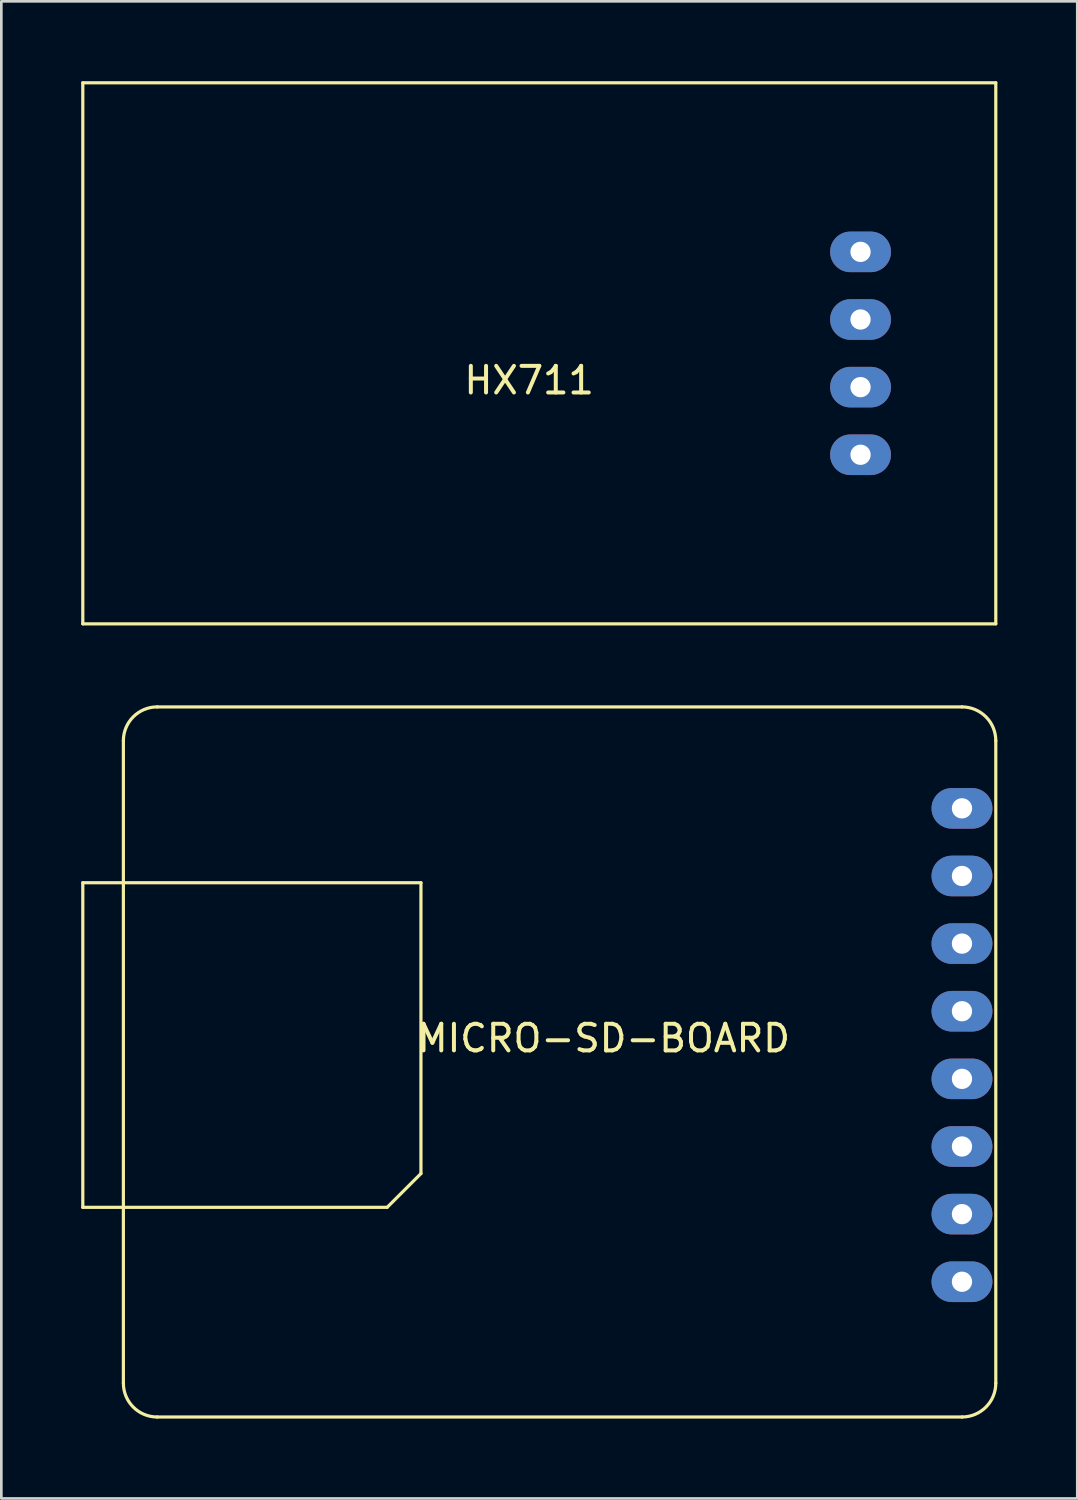
<source format=kicad_pcb>
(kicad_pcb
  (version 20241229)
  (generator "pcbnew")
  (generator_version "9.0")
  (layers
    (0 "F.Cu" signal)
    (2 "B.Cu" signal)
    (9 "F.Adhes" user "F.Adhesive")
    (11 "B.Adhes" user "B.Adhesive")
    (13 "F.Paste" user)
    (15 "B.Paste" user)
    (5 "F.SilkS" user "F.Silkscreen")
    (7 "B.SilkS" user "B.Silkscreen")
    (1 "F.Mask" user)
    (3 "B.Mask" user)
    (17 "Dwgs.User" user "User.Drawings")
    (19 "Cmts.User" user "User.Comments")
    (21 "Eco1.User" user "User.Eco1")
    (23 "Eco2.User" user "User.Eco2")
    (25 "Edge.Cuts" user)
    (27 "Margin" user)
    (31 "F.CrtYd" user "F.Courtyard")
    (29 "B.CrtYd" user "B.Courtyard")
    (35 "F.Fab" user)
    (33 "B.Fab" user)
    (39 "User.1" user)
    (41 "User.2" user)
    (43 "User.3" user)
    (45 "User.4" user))
  (footprint "MICRO-SD-BOARD"
    (layer "F.Cu")
    (at 17.84 34.93)
    (property "Reference" "MICRO-SD-BOARD" (at 1.778 1.016 0) (layer "F.SilkS") (effects (font (size 1 1) (thickness 0.15))))
    (attr through_hole)
    (fp_line (start -17.78 -4.826) (end -17.78 7.366) (stroke (width 0.12) (type solid)) (layer "F.SilkS"))
    (fp_line (start -17.78 7.366) (end -6.35 7.366) (stroke (width 0.12) (type solid)) (layer "F.SilkS"))
    (fp_line (start -16.256 13.97) (end -16.256 -10.16) (stroke (width 0.12) (type solid)) (layer "F.SilkS"))
    (fp_line (start -14.986 -11.43) (end 15.24 -11.43) (stroke (width 0.12) (type solid)) (layer "F.SilkS"))
    (fp_line (start -5.08 -4.826) (end -17.78 -4.826) (stroke (width 0.12) (type solid)) (layer "F.SilkS"))
    (fp_line (start -5.08 6.096) (end -6.35 7.366) (stroke (width 0.12) (type solid)) (layer "F.SilkS"))
    (fp_line (start -5.08 6.096) (end -5.08 -4.826) (stroke (width 0.12) (type solid)) (layer "F.SilkS"))
    (fp_line (start 15.24 15.24) (end -14.986 15.24) (stroke (width 0.12) (type solid)) (layer "F.SilkS"))
    (fp_line (start 16.51 -10.16) (end 16.51 13.97) (stroke (width 0.12) (type solid)) (layer "F.SilkS"))
    (fp_arc (start -16.256 -10.16) (mid -15.884026 -11.058026) (end -14.986 -11.43) (stroke (width 0.12) (type solid)) (layer "F.SilkS"))
    (fp_arc (start -14.986 15.24) (mid -15.884026 14.868026) (end -16.256 13.97) (stroke (width 0.12) (type solid)) (layer "F.SilkS"))
    (fp_arc (start 15.24 -11.43) (mid 16.138026 -11.058026) (end 16.51 -10.16) (stroke (width 0.12) (type solid)) (layer "F.SilkS"))
    (fp_arc (start 16.51 13.97) (mid 16.138026 14.868026) (end 15.24 15.24) (stroke (width 0.12) (type solid)) (layer "F.SilkS"))
    (pad "1" thru_hole oval (at 15.24 -7.62) (size 2.286 1.524) (drill 0.762) (layers "*.Cu" "*.Mask"))
    (pad "2" thru_hole oval (at 15.24 -5.08) (size 2.286 1.524) (drill 0.762) (layers "*.Cu" "*.Mask"))
    (pad "3" thru_hole oval (at 15.24 -2.54) (size 2.286 1.524) (drill 0.762) (layers "*.Cu" "*.Mask"))
    (pad "4" thru_hole oval (at 15.24 0) (size 2.286 1.524) (drill 0.762) (layers "*.Cu" "*.Mask"))
    (pad "5" thru_hole oval (at 15.24 2.54) (size 2.286 1.524) (drill 0.762) (layers "*.Cu" "*.Mask"))
    (pad "6" thru_hole oval (at 15.24 5.08) (size 2.286 1.524) (drill 0.762) (layers "*.Cu" "*.Mask"))
    (pad "7" thru_hole oval (at 15.24 7.62) (size 2.286 1.524) (drill 0.762) (layers "*.Cu" "*.Mask"))
    (pad "8" thru_hole oval (at 15.24 10.16) (size 2.286 1.524) (drill 0.762) (layers "*.Cu" "*.Mask")))
  (footprint "HX711"
    (layer "F.Cu")
    (at 16.57 8.95)
    (property "Reference" "HX711" (at 0.254 2.286 0) (layer "F.SilkS") (effects (font (size 1 1) (thickness 0.15))))
    (attr through_hole)
    (fp_line (start -16.51 -8.89) (end -16.51 11.43) (stroke (width 0.12) (type solid)) (layer "F.SilkS"))
    (fp_line (start -16.51 11.43) (end 17.78 11.43) (stroke (width 0.12) (type solid)) (layer "F.SilkS"))
    (fp_line (start 17.78 -8.89) (end -16.51 -8.89) (stroke (width 0.12) (type solid)) (layer "F.SilkS"))
    (fp_line (start 17.78 -8.89) (end 17.78 11.43) (stroke (width 0.12) (type solid)) (layer "F.SilkS"))
    (pad "1" thru_hole oval (at 12.7 -2.54) (size 2.286 1.524) (drill 0.762) (layers "*.Cu" "*.Mask"))
    (pad "2" thru_hole oval (at 12.7 0) (size 2.286 1.524) (drill 0.762) (layers "*.Cu" "*.Mask"))
    (pad "3" thru_hole oval (at 12.7 2.54) (size 2.286 1.524) (drill 0.762) (layers "*.Cu" "*.Mask"))
    (pad "4" thru_hole oval (at 12.7 5.08) (size 2.286 1.524) (drill 0.762) (layers "*.Cu" "*.Mask")))
  (gr_rect
    (start -3 -3)
    (end 37.41 53.23)
    (stroke (width 0.1) (type default))
    (fill no)
    (layer "Edge.Cuts")))
</source>
